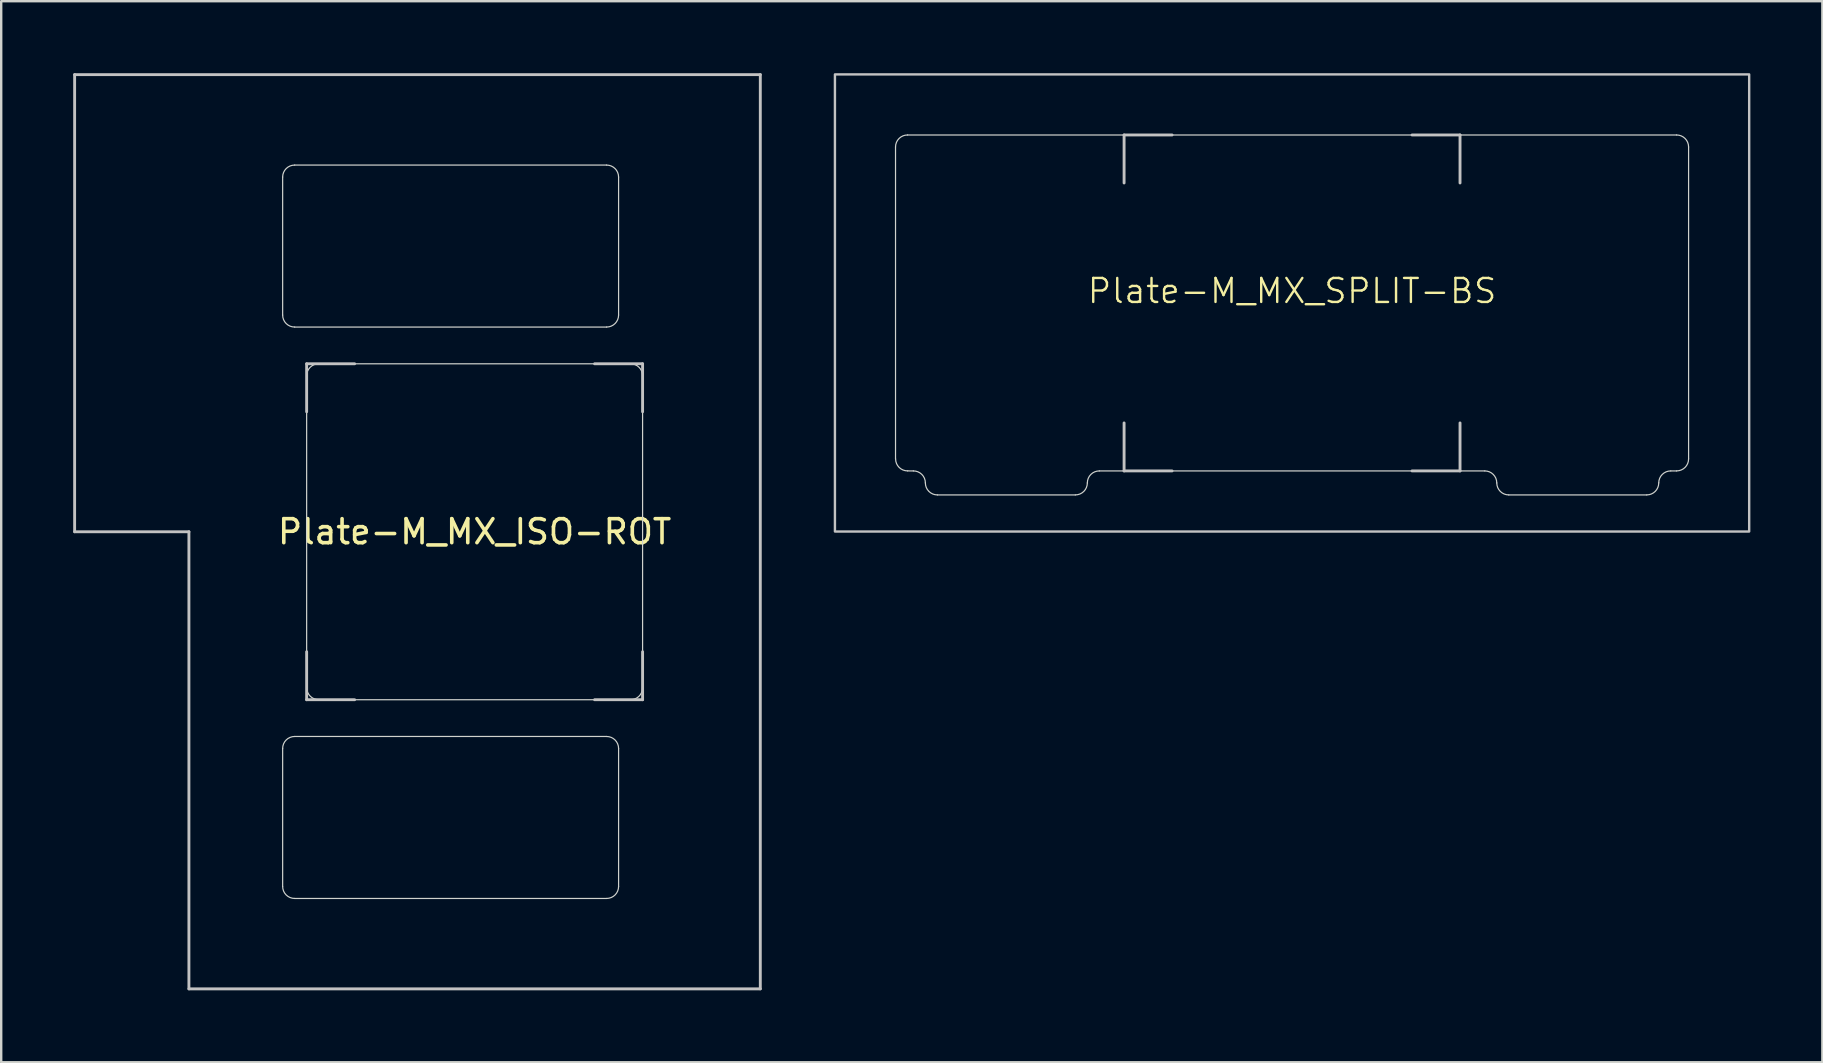
<source format=kicad_pcb>
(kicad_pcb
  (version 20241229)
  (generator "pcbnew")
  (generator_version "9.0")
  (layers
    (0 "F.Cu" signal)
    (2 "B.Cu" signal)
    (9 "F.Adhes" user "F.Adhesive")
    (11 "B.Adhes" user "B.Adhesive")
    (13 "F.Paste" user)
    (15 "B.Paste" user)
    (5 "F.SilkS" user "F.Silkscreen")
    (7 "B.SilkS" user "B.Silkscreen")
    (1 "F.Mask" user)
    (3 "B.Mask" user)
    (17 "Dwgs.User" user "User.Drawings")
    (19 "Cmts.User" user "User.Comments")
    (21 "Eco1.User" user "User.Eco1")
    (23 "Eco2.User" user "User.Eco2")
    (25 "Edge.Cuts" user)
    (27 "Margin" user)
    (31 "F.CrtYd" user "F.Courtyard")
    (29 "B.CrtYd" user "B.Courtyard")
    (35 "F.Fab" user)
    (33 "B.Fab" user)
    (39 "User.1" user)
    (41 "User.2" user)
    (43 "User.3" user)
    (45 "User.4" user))
  (footprint "Plate-M_MX_ISO-ROT"
    (layer "F.Cu")
    (at 16.729 19.11)
    (property "Reference" "Plate-M_MX_ISO-ROT" (at 0 0 180) (layer "F.SilkS") (effects (font (size 1 1) (thickness 0.15))))
    (attr through_hole exclude_from_pos_files exclude_from_bom allow_missing_courtyard)
    (fp_line (start -8 -9.031) (end -8 -14.781) (stroke (width 1.1) (type solid)) (layer "F.Mask"))
    (fp_line (start -8 14.782) (end -8 9.032) (stroke (width 1.1) (type solid)) (layer "F.Mask"))
    (fp_line (start -7.5 -15.281) (end 5.5 -15.281) (stroke (width 1.1) (type solid)) (layer "F.Mask"))
    (fp_line (start -7.5 -8.531) (end 5.5 -8.531) (stroke (width 1.1) (type solid)) (layer "F.Mask"))
    (fp_line (start -7.5 8.532) (end 5.5 8.532) (stroke (width 1.1) (type solid)) (layer "F.Mask"))
    (fp_line (start -7.5 15.282) (end 5.5 15.282) (stroke (width 1.1) (type solid)) (layer "F.Mask"))
    (fp_line (start -7 -6.5) (end -7 6.5) (stroke (width 1.1) (type solid)) (layer "F.Mask"))
    (fp_line (start -6.5 7) (end 6.5 7) (stroke (width 1.1) (type solid)) (layer "F.Mask"))
    (fp_line (start 6 -9.031) (end 6 -14.781) (stroke (width 1.1) (type solid)) (layer "F.Mask"))
    (fp_line (start 6 14.782) (end 6 9.032) (stroke (width 1.1) (type solid)) (layer "F.Mask"))
    (fp_line (start 6.5 -7) (end -6.5 -7) (stroke (width 1.1) (type solid)) (layer "F.Mask"))
    (fp_line (start 7 6.5) (end 7 -6.5) (stroke (width 1.1) (type solid)) (layer "F.Mask"))
    (fp_arc (start -8.000001 -14.780645) (mid -7.853554 -15.134198) (end -7.500001 -15.280645) (stroke (width 1.1) (type solid)) (layer "F.Mask"))
    (fp_arc (start -8.000001 9.031855) (mid -7.853554 8.678302) (end -7.500001 8.531855) (stroke (width 1.1) (type solid)) (layer "F.Mask"))
    (fp_arc (start -7.500001 -8.530645) (mid -7.853554 -8.677092) (end -8.000001 -9.030645) (stroke (width 1.1) (type solid)) (layer "F.Mask"))
    (fp_arc (start -7.500001 15.281855) (mid -7.853554 15.135408) (end -8.000001 14.781855) (stroke (width 1.1) (type solid)) (layer "F.Mask"))
    (fp_arc (start -7 -6.5) (mid -6.853554 -6.853554) (end -6.5 -7) (stroke (width 1.1) (type solid)) (layer "F.Mask"))
    (fp_arc (start -6.497236 6.998884) (mid -6.85079 6.852438) (end -6.997236 6.498884) (stroke (width 1.1) (type solid)) (layer "F.Mask"))
    (fp_arc (start 5.499999 -15.280645) (mid 5.853552 -15.134198) (end 5.999999 -14.780645) (stroke (width 1.1) (type solid)) (layer "F.Mask"))
    (fp_arc (start 5.499999 8.531855) (mid 5.853552 8.678302) (end 5.999999 9.031855) (stroke (width 1.1) (type solid)) (layer "F.Mask"))
    (fp_arc (start 5.999999 -9.030645) (mid 5.853552 -8.677092) (end 5.499999 -8.530645) (stroke (width 1.1) (type solid)) (layer "F.Mask"))
    (fp_arc (start 5.999999 14.781855) (mid 5.853552 15.135408) (end 5.499999 15.281855) (stroke (width 1.1) (type solid)) (layer "F.Mask"))
    (fp_arc (start 6.5 -7) (mid 6.853554 -6.853554) (end 7 -6.5) (stroke (width 1.1) (type solid)) (layer "F.Mask"))
    (fp_arc (start 7 6.5) (mid 6.853554 6.853554) (end 6.5 7) (stroke (width 1.1) (type solid)) (layer "F.Mask"))
    (fp_line (start -8 -14.781) (end -8 -9.031) (stroke (width 1.1) (type solid)) (layer "B.Mask"))
    (fp_line (start -8 9.032) (end -8 14.782) (stroke (width 1.1) (type solid)) (layer "B.Mask"))
    (fp_line (start -7.5 -15.281) (end 5.5 -15.281) (stroke (width 1.1) (type solid)) (layer "B.Mask"))
    (fp_line (start -7.5 -8.531) (end 5.5 -8.531) (stroke (width 1.1) (type solid)) (layer "B.Mask"))
    (fp_line (start -7.5 8.532) (end 5.5 8.532) (stroke (width 1.1) (type solid)) (layer "B.Mask"))
    (fp_line (start -7.5 15.282) (end 5.5 15.282) (stroke (width 1.1) (type solid)) (layer "B.Mask"))
    (fp_line (start -7 6.5) (end -7 -6.5) (stroke (width 1.1) (type solid)) (layer "B.Mask"))
    (fp_line (start -6.5 -7) (end 6.5 -7) (stroke (width 1.1) (type solid)) (layer "B.Mask"))
    (fp_line (start 6 -14.781) (end 6 -9.031) (stroke (width 1.1) (type solid)) (layer "B.Mask"))
    (fp_line (start 6 9.032) (end 6 14.782) (stroke (width 1.1) (type solid)) (layer "B.Mask"))
    (fp_line (start 6.5 7) (end -6.5 7) (stroke (width 1.1) (type solid)) (layer "B.Mask"))
    (fp_line (start 7 -6.5) (end 7 6.5) (stroke (width 1.1) (type solid)) (layer "B.Mask"))
    (fp_arc (start -8.000001 -14.780645) (mid -7.853554 -15.134198) (end -7.500001 -15.280645) (stroke (width 1.1) (type solid)) (layer "B.Mask"))
    (fp_arc (start -8.000001 9.031855) (mid -7.853554 8.678302) (end -7.500001 8.531855) (stroke (width 1.1) (type solid)) (layer "B.Mask"))
    (fp_arc (start -7.500001 -8.530645) (mid -7.853554 -8.677092) (end -8.000001 -9.030645) (stroke (width 1.1) (type solid)) (layer "B.Mask"))
    (fp_arc (start -7.500001 15.281855) (mid -7.853554 15.135408) (end -8.000001 14.781855) (stroke (width 1.1) (type solid)) (layer "B.Mask"))
    (fp_arc (start -7 -6.5) (mid -6.853553 -6.853553) (end -6.5 -7) (stroke (width 1.1) (type solid)) (layer "B.Mask"))
    (fp_arc (start -6.5 7) (mid -6.853553 6.853553) (end -7 6.5) (stroke (width 1.1) (type solid)) (layer "B.Mask"))
    (fp_arc (start 5.499999 -15.280645) (mid 5.853552 -15.134198) (end 5.999999 -14.780645) (stroke (width 1.1) (type solid)) (layer "B.Mask"))
    (fp_arc (start 5.499999 8.531855) (mid 5.853552 8.678302) (end 5.999999 9.031855) (stroke (width 1.1) (type solid)) (layer "B.Mask"))
    (fp_arc (start 5.999999 -9.030645) (mid 5.853552 -8.677092) (end 5.499999 -8.530645) (stroke (width 1.1) (type solid)) (layer "B.Mask"))
    (fp_arc (start 5.999999 14.781855) (mid 5.853552 15.135408) (end 5.499999 15.281855) (stroke (width 1.1) (type solid)) (layer "B.Mask"))
    (fp_arc (start 6.5 -7) (mid 6.853554 -6.853554) (end 7 -6.5) (stroke (width 1.1) (type solid)) (layer "B.Mask"))
    (fp_arc (start 6.997236 6.498884) (mid 6.85079 6.852438) (end 6.497236 6.998884) (stroke (width 1.1) (type solid)) (layer "B.Mask"))
    (fp_line (start -16.669 -19.05) (end -16.669 0) (stroke (width 0.12) (type solid)) (layer "Dwgs.User"))
    (fp_line (start -16.669 0) (end -11.906 0) (stroke (width 0.12) (type solid)) (layer "Dwgs.User"))
    (fp_line (start -11.906 0) (end -11.906 19.05) (stroke (width 0.12) (type solid)) (layer "Dwgs.User"))
    (fp_line (start -11.906 19.05) (end 11.906 19.05) (stroke (width 0.12) (type solid)) (layer "Dwgs.User"))
    (fp_line (start -7 -7) (end -5 -7) (stroke (width 0.12) (type solid)) (layer "Dwgs.User"))
    (fp_line (start -7 -5) (end -7 -7) (stroke (width 0.12) (type solid)) (layer "Dwgs.User"))
    (fp_line (start -7 7) (end -7 5) (stroke (width 0.12) (type solid)) (layer "Dwgs.User"))
    (fp_line (start -5 7) (end -7 7) (stroke (width 0.12) (type solid)) (layer "Dwgs.User"))
    (fp_line (start 7 -7) (end 5 -7) (stroke (width 0.12) (type solid)) (layer "Dwgs.User"))
    (fp_line (start 7 -5) (end 7 -7) (stroke (width 0.12) (type solid)) (layer "Dwgs.User"))
    (fp_line (start 7 5) (end 7 7) (stroke (width 0.12) (type solid)) (layer "Dwgs.User"))
    (fp_line (start 7 7) (end 5 7) (stroke (width 0.12) (type solid)) (layer "Dwgs.User"))
    (fp_line (start 11.906 -19.05) (end -16.669 -19.05) (stroke (width 0.12) (type solid)) (layer "Dwgs.User"))
    (fp_line (start 11.906 19.05) (end 11.906 -19.05) (stroke (width 0.12) (type solid)) (layer "Dwgs.User"))
    (fp_line (start -8 -9.031) (end -8 -14.781) (stroke (width 0.05) (type solid)) (layer "Edge.Cuts"))
    (fp_line (start -8 14.782) (end -8 9.032) (stroke (width 0.05) (type solid)) (layer "Edge.Cuts"))
    (fp_line (start -7.5 -15.281) (end 5.5 -15.281) (stroke (width 0.05) (type solid)) (layer "Edge.Cuts"))
    (fp_line (start -7.5 -8.531) (end 5.5 -8.531) (stroke (width 0.05) (type solid)) (layer "Edge.Cuts"))
    (fp_line (start -7.5 8.532) (end 5.5 8.532) (stroke (width 0.05) (type solid)) (layer "Edge.Cuts"))
    (fp_line (start -7.5 15.282) (end 5.5 15.282) (stroke (width 0.05) (type solid)) (layer "Edge.Cuts"))
    (fp_line (start -7 -6.5) (end -7 6.5) (stroke (width 0.05) (type solid)) (layer "Edge.Cuts"))
    (fp_line (start -6.5 7) (end 6.5 7) (stroke (width 0.05) (type solid)) (layer "Edge.Cuts"))
    (fp_line (start 6 -9.031) (end 6 -14.781) (stroke (width 0.05) (type solid)) (layer "Edge.Cuts"))
    (fp_line (start 6 14.782) (end 6 9.032) (stroke (width 0.05) (type solid)) (layer "Edge.Cuts"))
    (fp_line (start 6.5 -7) (end -6.5 -7) (stroke (width 0.05) (type solid)) (layer "Edge.Cuts"))
    (fp_line (start 7 6.5) (end 7 -6.5) (stroke (width 0.05) (type solid)) (layer "Edge.Cuts"))
    (fp_arc (start -8.000001 -14.780645) (mid -7.853554 -15.134198) (end -7.500001 -15.280645) (stroke (width 0.05) (type solid)) (layer "Edge.Cuts"))
    (fp_arc (start -8.000001 9.031855) (mid -7.853554 8.678302) (end -7.500001 8.531855) (stroke (width 0.05) (type solid)) (layer "Edge.Cuts"))
    (fp_arc (start -7.500001 -8.530645) (mid -7.853554 -8.677092) (end -8.000001 -9.030645) (stroke (width 0.05) (type solid)) (layer "Edge.Cuts"))
    (fp_arc (start -7.500001 15.281855) (mid -7.853554 15.135408) (end -8.000001 14.781855) (stroke (width 0.05) (type solid)) (layer "Edge.Cuts"))
    (fp_arc (start -7 -6.5) (mid -6.853553 -6.853553) (end -6.5 -7) (stroke (width 0.05) (type solid)) (layer "Edge.Cuts"))
    (fp_arc (start -6.497236 6.998884) (mid -6.850789 6.852437) (end -6.997236 6.498884) (stroke (width 0.05) (type solid)) (layer "Edge.Cuts"))
    (fp_arc (start 5.499999 -15.280645) (mid 5.853568 -15.134201) (end 5.999999 -14.780645) (stroke (width 0.05) (type solid)) (layer "Edge.Cuts"))
    (fp_arc (start 5.499999 8.531855) (mid 5.853568 8.678299) (end 5.999999 9.031855) (stroke (width 0.05) (type solid)) (layer "Edge.Cuts"))
    (fp_arc (start 5.999999 -9.030645) (mid 5.853551 -8.677094) (end 5.499999 -8.530645) (stroke (width 0.05) (type solid)) (layer "Edge.Cuts"))
    (fp_arc (start 5.999999 14.781855) (mid 5.853551 15.135406) (end 5.499999 15.281855) (stroke (width 0.05) (type solid)) (layer "Edge.Cuts"))
    (fp_arc (start 6.5 -7) (mid 6.853554 -6.853554) (end 7 -6.5) (stroke (width 0.05) (type solid)) (layer "Edge.Cuts"))
    (fp_arc (start 7 6.5) (mid 6.853554 6.853554) (end 6.5 7) (stroke (width 0.05) (type solid)) (layer "Edge.Cuts")))
  (footprint "Plate-M_MX_SPLIT-BS"
    (layer "F.Cu")
    (at 50.795 9.575)
    (property "Reference" "Plate-M_MX_SPLIT-BS" (at 0 -0.5 0) (unlocked yes) (layer "F.SilkS") (effects (font (size 1 1) (thickness 0.1))))
    (attr exclude_from_pos_files exclude_from_bom allow_missing_courtyard)
    (fp_line (start -16.525 -6.5) (end -16.525 6.5) (stroke (width 1.1) (type solid)) (layer "F.Mask"))
    (fp_line (start -15.781 7) (end -16.022 6.999) (stroke (width 1.1) (type default)) (layer "F.Mask"))
    (fp_line (start -14.781 8) (end -9.031 8) (stroke (width 1.1) (type solid)) (layer "F.Mask"))
    (fp_line (start 8.031 7) (end -8.031 7) (stroke (width 1.1) (type default)) (layer "F.Mask"))
    (fp_line (start 9.031 8) (end 14.781 8) (stroke (width 1.1) (type solid)) (layer "F.Mask"))
    (fp_line (start 16.025 -7) (end -16.025 -7) (stroke (width 1.1) (type solid)) (layer "F.Mask"))
    (fp_line (start 16.025 7) (end 15.781 7) (stroke (width 1.1) (type default)) (layer "F.Mask"))
    (fp_line (start 16.525 6.5) (end 16.525 -6.5) (stroke (width 1.1) (type solid)) (layer "F.Mask"))
    (fp_arc (start -16.525 -6.5) (mid -16.378553 -6.853553) (end -16.025 -7) (stroke (width 1.1) (type solid)) (layer "F.Mask"))
    (fp_arc (start -16.022236 6.998884) (mid -16.375789 6.852437) (end -16.522236 6.498884) (stroke (width 1.1) (type solid)) (layer "F.Mask"))
    (fp_arc (start -15.78125 7.000001) (mid -15.427697 7.146448) (end -15.28125 7.500001) (stroke (width 1.1) (type solid)) (layer "F.Mask"))
    (fp_arc (start -14.78125 8.000001) (mid -15.134803 7.853554) (end -15.28125 7.500001) (stroke (width 1.1) (type solid)) (layer "F.Mask"))
    (fp_arc (start -8.53125 7.500001) (mid -8.677697 7.853554) (end -9.03125 8.000001) (stroke (width 1.1) (type solid)) (layer "F.Mask"))
    (fp_arc (start -8.53125 7.500001) (mid -8.384803 7.146448) (end -8.03125 7.000001) (stroke (width 1.1) (type solid)) (layer "F.Mask"))
    (fp_arc (start 8.03125 7.000001) (mid 8.384803 7.146448) (end 8.53125 7.500001) (stroke (width 1.1) (type solid)) (layer "F.Mask"))
    (fp_arc (start 9.03125 8.000001) (mid 8.677697 7.853554) (end 8.53125 7.500001) (stroke (width 1.1) (type solid)) (layer "F.Mask"))
    (fp_arc (start 15.28125 7.500001) (mid 15.134803 7.853554) (end 14.78125 8.000001) (stroke (width 1.1) (type solid)) (layer "F.Mask"))
    (fp_arc (start 15.28125 7.500001) (mid 15.427697 7.146448) (end 15.78125 7.000001) (stroke (width 1.1) (type solid)) (layer "F.Mask"))
    (fp_arc (start 16.025 -7) (mid 16.378553 -6.853553) (end 16.525 -6.5) (stroke (width 1.1) (type solid)) (layer "F.Mask"))
    (fp_arc (start 16.525 6.5) (mid 16.378553 6.853553) (end 16.025 7) (stroke (width 1.1) (type solid)) (layer "F.Mask"))
    (fp_line (start -16.525 6.5) (end -16.525 -6.5) (stroke (width 1.1) (type solid)) (layer "B.Mask"))
    (fp_line (start -16.025 -7) (end 16.025 -7) (stroke (width 1.1) (type solid)) (layer "B.Mask"))
    (fp_line (start -16.025 7) (end -15.781 7) (stroke (width 1.1) (type default)) (layer "B.Mask"))
    (fp_line (start -9.031 8) (end -14.781 8) (stroke (width 1.1) (type solid)) (layer "B.Mask"))
    (fp_line (start -8.031 7) (end 8.031 7) (stroke (width 1.1) (type default)) (layer "B.Mask"))
    (fp_line (start 14.781 8) (end 9.031 8) (stroke (width 1.1) (type solid)) (layer "B.Mask"))
    (fp_line (start 15.781 7) (end 16.022 6.999) (stroke (width 1.1) (type default)) (layer "B.Mask"))
    (fp_line (start 16.525 -6.5) (end 16.525 6.5) (stroke (width 1.1) (type solid)) (layer "B.Mask"))
    (fp_arc (start -16.525 -6.5) (mid -16.378553 -6.853553) (end -16.025 -7) (stroke (width 1.1) (type solid)) (layer "B.Mask"))
    (fp_arc (start -16.025 7) (mid -16.378553 6.853553) (end -16.525 6.5) (stroke (width 1.1) (type solid)) (layer "B.Mask"))
    (fp_arc (start -15.78125 7.000001) (mid -15.427729 7.146465) (end -15.28125 7.500001) (stroke (width 1.1) (type solid)) (layer "B.Mask"))
    (fp_arc (start -14.78125 8.000001) (mid -15.134771 7.853537) (end -15.28125 7.500001) (stroke (width 1.1) (type solid)) (layer "B.Mask"))
    (fp_arc (start -8.53125 7.500001) (mid -8.677694 7.853571) (end -9.03125 8.000001) (stroke (width 1.1) (type solid)) (layer "B.Mask"))
    (fp_arc (start -8.53125 7.500001) (mid -8.384807 7.146429) (end -8.03125 7.000001) (stroke (width 1.1) (type solid)) (layer "B.Mask"))
    (fp_arc (start 8.03125 7.000001) (mid 8.384803 7.146448) (end 8.53125 7.500001) (stroke (width 1.1) (type solid)) (layer "B.Mask"))
    (fp_arc (start 9.03125 8.000001) (mid 8.677697 7.853554) (end 8.53125 7.500001) (stroke (width 1.1) (type solid)) (layer "B.Mask"))
    (fp_arc (start 15.28125 7.500001) (mid 15.134803 7.853554) (end 14.78125 8.000001) (stroke (width 1.1) (type solid)) (layer "B.Mask"))
    (fp_arc (start 15.28125 7.500001) (mid 15.427697 7.146448) (end 15.78125 7.000001) (stroke (width 1.1) (type solid)) (layer "B.Mask"))
    (fp_arc (start 16.025 -7) (mid 16.378553 -6.853553) (end 16.525 -6.5) (stroke (width 1.1) (type solid)) (layer "B.Mask"))
    (fp_arc (start 16.522236 6.498884) (mid 16.375789 6.852437) (end 16.022236 6.998884) (stroke (width 1.1) (type solid)) (layer "B.Mask"))
    (fp_line (start -7 -7) (end -5 -7) (stroke (width 0.12) (type solid)) (layer "Dwgs.User"))
    (fp_line (start -7 -5) (end -7 -7) (stroke (width 0.12) (type solid)) (layer "Dwgs.User"))
    (fp_line (start -7 7) (end -7 5) (stroke (width 0.12) (type solid)) (layer "Dwgs.User"))
    (fp_line (start -5 7) (end -7 7) (stroke (width 0.12) (type solid)) (layer "Dwgs.User"))
    (fp_line (start 5 -7) (end 7 -7) (stroke (width 0.12) (type solid)) (layer "Dwgs.User"))
    (fp_line (start 5 7) (end 7 7) (stroke (width 0.12) (type solid)) (layer "Dwgs.User"))
    (fp_line (start 7 -7) (end 7 -5) (stroke (width 0.12) (type solid)) (layer "Dwgs.User"))
    (fp_line (start 7 7) (end 7 5) (stroke (width 0.12) (type solid)) (layer "Dwgs.User"))
    (fp_rect (start -19.05 -9.525) (end 19.05 9.525) (stroke (width 0.1) (type solid)) (fill no) (layer "Dwgs.User"))
    (fp_line (start -16.525 -6.5) (end -16.525 6.5) (stroke (width 0.05) (type solid)) (layer "Edge.Cuts"))
    (fp_line (start -15.781 7) (end -16.022 6.999) (stroke (width 0.05) (type default)) (layer "Edge.Cuts"))
    (fp_line (start -14.781 8) (end -9.031 8) (stroke (width 0.05) (type solid)) (layer "Edge.Cuts"))
    (fp_line (start 8.031 7) (end -8.031 7) (stroke (width 0.05) (type default)) (layer "Edge.Cuts"))
    (fp_line (start 9.031 8) (end 14.781 8) (stroke (width 0.05) (type solid)) (layer "Edge.Cuts"))
    (fp_line (start 16.025 -7) (end -16.025 -7) (stroke (width 0.05) (type solid)) (layer "Edge.Cuts"))
    (fp_line (start 16.025 7) (end 15.781 7) (stroke (width 0.05) (type default)) (layer "Edge.Cuts"))
    (fp_line (start 16.525 6.5) (end 16.525 -6.5) (stroke (width 0.05) (type solid)) (layer "Edge.Cuts"))
    (fp_arc (start -16.525 -6.5) (mid -16.378553 -6.853553) (end -16.025 -7) (stroke (width 0.05) (type solid)) (layer "Edge.Cuts"))
    (fp_arc (start -16.022236 6.998884) (mid -16.375789 6.852437) (end -16.522236 6.498884) (stroke (width 0.05) (type solid)) (layer "Edge.Cuts"))
    (fp_arc (start -15.78125 7.000001) (mid -15.427697 7.146448) (end -15.28125 7.500001) (stroke (width 0.05) (type solid)) (layer "Edge.Cuts"))
    (fp_arc (start -14.78125 8.000001) (mid -15.134803 7.853554) (end -15.28125 7.500001) (stroke (width 0.05) (type solid)) (layer "Edge.Cuts"))
    (fp_arc (start -8.53125 7.500001) (mid -8.677697 7.853554) (end -9.03125 8.000001) (stroke (width 0.05) (type solid)) (layer "Edge.Cuts"))
    (fp_arc (start -8.53125 7.500001) (mid -8.384803 7.146448) (end -8.03125 7.000001) (stroke (width 0.05) (type solid)) (layer "Edge.Cuts"))
    (fp_arc (start 8.03125 7.000001) (mid 8.384803 7.146448) (end 8.53125 7.500001) (stroke (width 0.05) (type solid)) (layer "Edge.Cuts"))
    (fp_arc (start 9.03125 8.000001) (mid 8.677697 7.853554) (end 8.53125 7.500001) (stroke (width 0.05) (type solid)) (layer "Edge.Cuts"))
    (fp_arc (start 15.28125 7.500001) (mid 15.134803 7.853554) (end 14.78125 8.000001) (stroke (width 0.05) (type solid)) (layer "Edge.Cuts"))
    (fp_arc (start 15.28125 7.500001) (mid 15.427697 7.146448) (end 15.78125 7.000001) (stroke (width 0.05) (type solid)) (layer "Edge.Cuts"))
    (fp_arc (start 16.025 -7) (mid 16.378553 -6.853553) (end 16.525 -6.5) (stroke (width 0.05) (type solid)) (layer "Edge.Cuts"))
    (fp_arc (start 16.525 6.5) (mid 16.378553 6.853553) (end 16.025 7) (stroke (width 0.05) (type solid)) (layer "Edge.Cuts")))
  (gr_rect
    (start -3 -3)
    (end 72.895 41.22)
    (stroke (width 0.1) (type default))
    (fill no)
    (layer "Edge.Cuts")))
</source>
